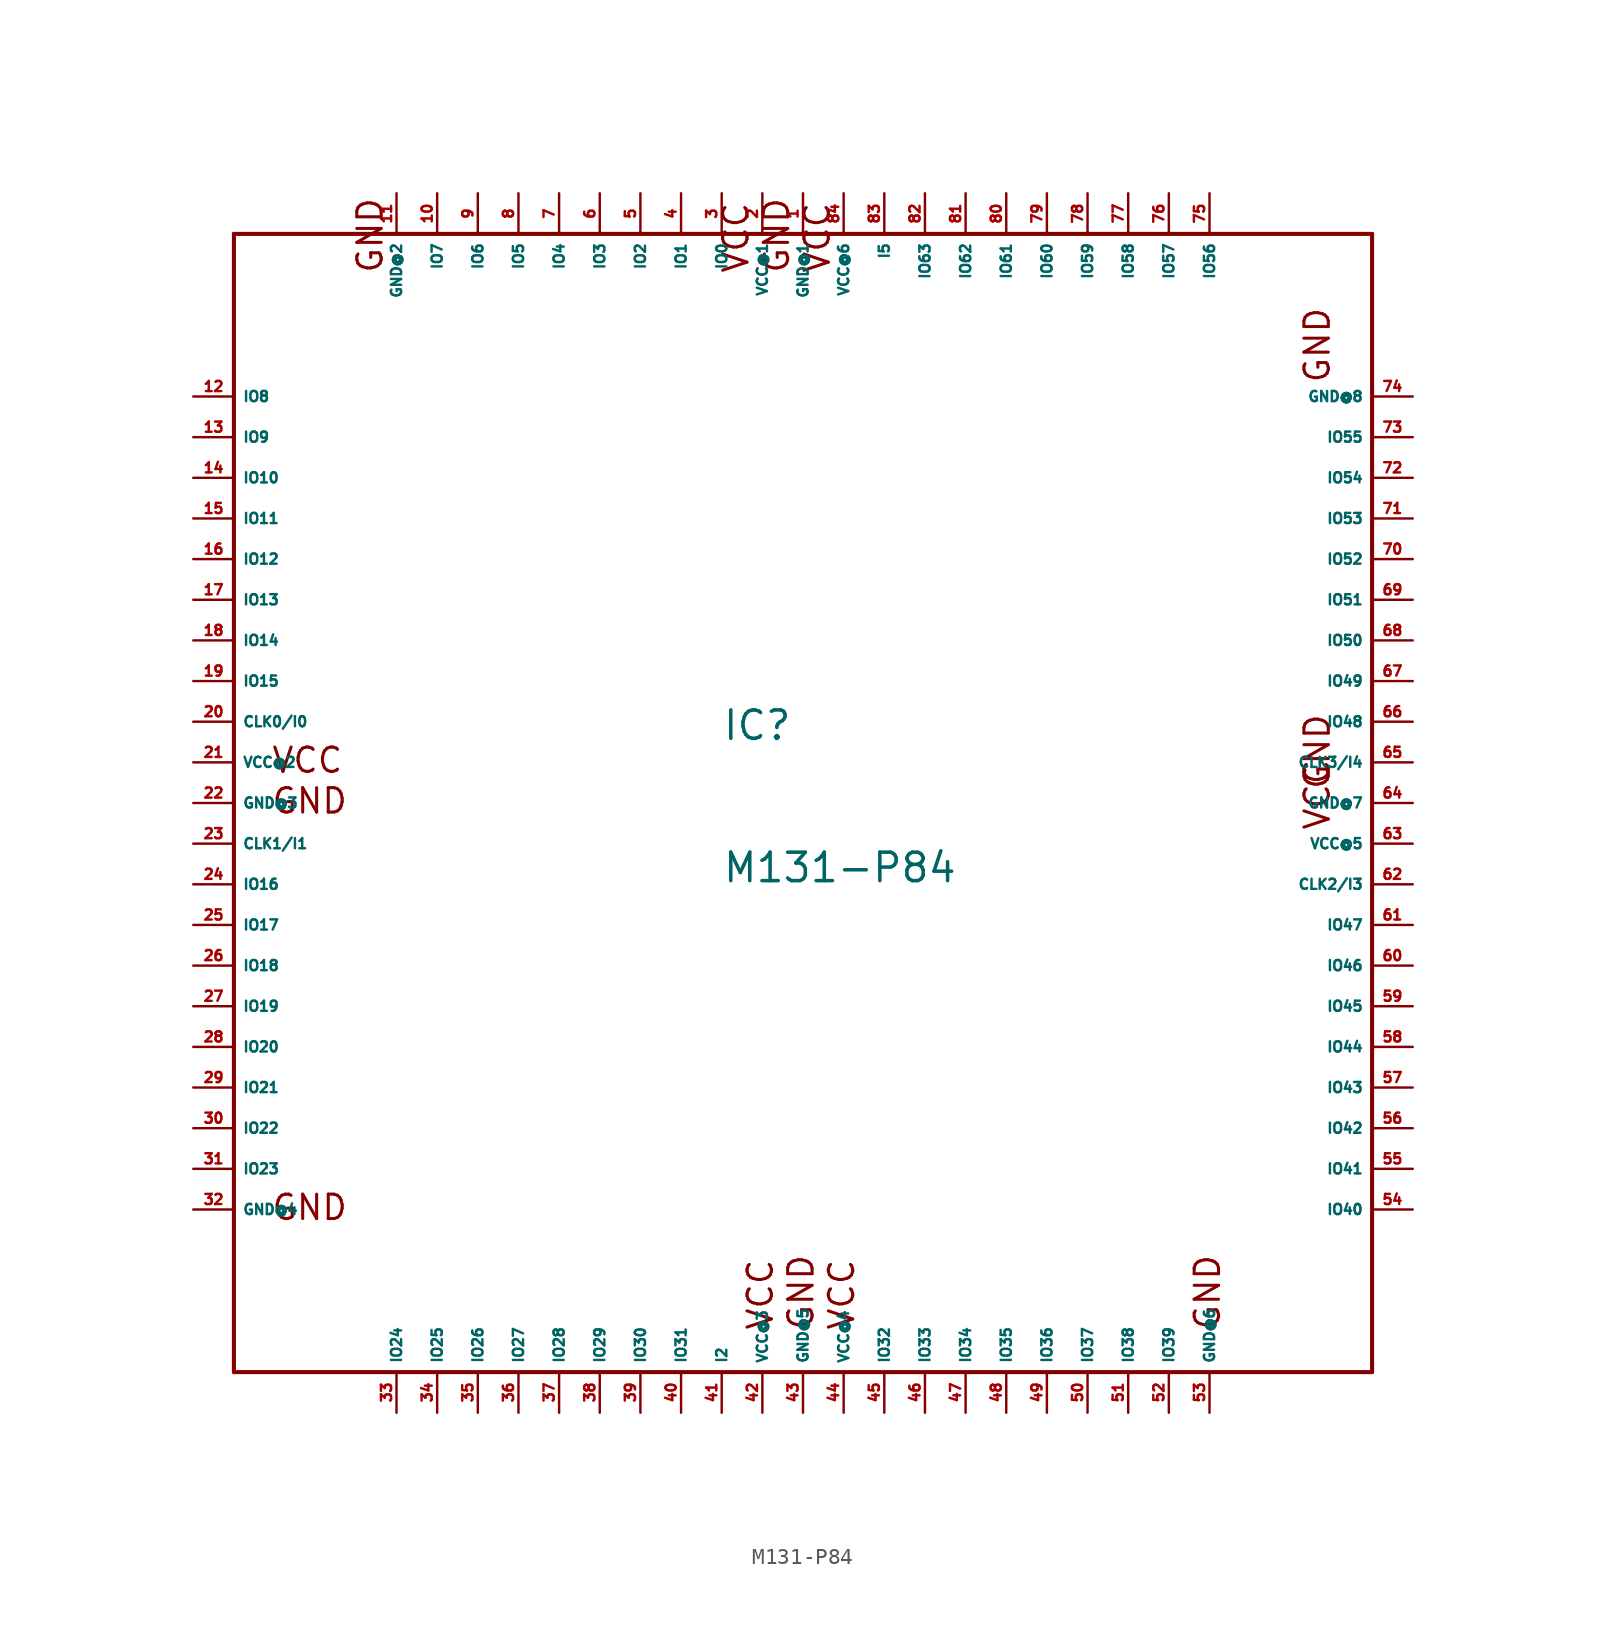
<source format=kicad_sym>
(kicad_symbol_lib
  (version 20220914)
  (generator Eagle2Kicad)
  (symbol "M131-P84"
    (property "Reference" "IC"
      (at -5.08 3.81 0)
      (effects (font (size 1.778 1.778) (thickness 0.22)) (justify left bottom)))
    (property "Value" "M131-P84"
      (at -5.08 -5.08 0)
      (effects (font (size 1.778 1.778) (thickness 0.22)) (justify left bottom)))
    (polyline
      (pts (xy -35.56 35.56) (xy -35.56 -35.56))
      (stroke (width 0.254) (type default))
      (fill (type none)))
    (polyline
      (pts (xy -35.56 -35.56) (xy 35.56 -35.56))
      (stroke (width 0.254) (type default))
      (fill (type none)))
    (polyline
      (pts (xy 35.56 -35.56) (xy 35.56 35.56))
      (stroke (width 0.254) (type default))
      (fill (type none)))
    (polyline
      (pts (xy 35.56 35.56) (xy -35.56 35.56))
      (stroke (width 0.254) (type default))
      (fill (type none)))
    (text "GND"
      (at -33.274 -0.762 0)
      (effects (font (size 1.524 1.524) (thickness 0.19)) (justify left bottom)))
    (text "GND"
      (at -33.274 -26.162 0)
      (effects (font (size 1.524 1.524) (thickness 0.19)) (justify left bottom)))
    (text "GND"
      (at 0.762 -33.02 900)
      (effects (font (size 1.524 1.524) (thickness 0.19)) (justify left bottom)))
    (text "GND"
      (at 26.162 -33.02 900)
      (effects (font (size 1.524 1.524) (thickness 0.19)) (justify left bottom)))
    (text "VCC"
      (at -1.778 -33.02 900)
      (effects (font (size 1.524 1.524) (thickness 0.19)) (justify left bottom)))
    (text "VCC"
      (at -33.274 1.778 0)
      (effects (font (size 1.524 1.524) (thickness 0.19)) (justify left bottom)))
    (text "VCC"
      (at 3.302 -33.02 900)
      (effects (font (size 1.524 1.524) (thickness 0.19)) (justify left bottom)))
    (text "GND"
      (at 33.02 0.762 1800)
      (effects (font (size 1.524 1.524) (thickness 0.19)) (justify left bottom)))
    (text "GND"
      (at 33.02 26.162 1800)
      (effects (font (size 1.524 1.524) (thickness 0.19)) (justify left bottom)))
    (text "GND"
      (at -0.762 33.02 2700)
      (effects (font (size 1.524 1.524) (thickness 0.19)) (justify left bottom)))
    (text "VCC"
      (at 33.02 -1.778 1800)
      (effects (font (size 1.524 1.524) (thickness 0.19)) (justify left bottom)))
    (text "GND"
      (at -26.162 33.02 2700)
      (effects (font (size 1.524 1.524) (thickness 0.19)) (justify left bottom)))
    (text "VCC"
      (at 1.778 33.02 2700)
      (effects (font (size 1.524 1.524) (thickness 0.19)) (justify left bottom)))
    (text "VCC"
      (at -3.302 33.02 2700)
      (effects (font (size 1.524 1.524) (thickness 0.19)) (justify left bottom)))
    (pin input line
      (at -38.1 5.08 0)
      (length 2.54)
      (name "CLK0/I0" (effects (font (size 0.635 0.635) (thickness 0.08)) (justify left bottom)))
      (number "20" (effects (font (size 0.635 0.635) (thickness 0.08)) (justify left bottom))))
    (pin input line
      (at -38.1 -2.54 0)
      (length 2.54)
      (name "CLK1/I1" (effects (font (size 0.635 0.635) (thickness 0.08)) (justify left bottom)))
      (number "23" (effects (font (size 0.635 0.635) (thickness 0.08)) (justify left bottom))))
    (pin bidirectional line
      (at -5.08 38.1 270)
      (length 2.54)
      (name "IO0" (effects (font (size 0.635 0.635) (thickness 0.08)) (justify left bottom)))
      (number "3" (effects (font (size 0.635 0.635) (thickness 0.08)) (justify left bottom))))
    (pin bidirectional line
      (at -7.62 38.1 270)
      (length 2.54)
      (name "IO1" (effects (font (size 0.635 0.635) (thickness 0.08)) (justify left bottom)))
      (number "4" (effects (font (size 0.635 0.635) (thickness 0.08)) (justify left bottom))))
    (pin bidirectional line
      (at -10.16 38.1 270)
      (length 2.54)
      (name "IO2" (effects (font (size 0.635 0.635) (thickness 0.08)) (justify left bottom)))
      (number "5" (effects (font (size 0.635 0.635) (thickness 0.08)) (justify left bottom))))
    (pin bidirectional line
      (at -12.7 38.1 270)
      (length 2.54)
      (name "IO3" (effects (font (size 0.635 0.635) (thickness 0.08)) (justify left bottom)))
      (number "6" (effects (font (size 0.635 0.635) (thickness 0.08)) (justify left bottom))))
    (pin bidirectional line
      (at -15.24 38.1 270)
      (length 2.54)
      (name "IO4" (effects (font (size 0.635 0.635) (thickness 0.08)) (justify left bottom)))
      (number "7" (effects (font (size 0.635 0.635) (thickness 0.08)) (justify left bottom))))
    (pin bidirectional line
      (at -17.78 38.1 270)
      (length 2.54)
      (name "IO5" (effects (font (size 0.635 0.635) (thickness 0.08)) (justify left bottom)))
      (number "8" (effects (font (size 0.635 0.635) (thickness 0.08)) (justify left bottom))))
    (pin bidirectional line
      (at -20.32 38.1 270)
      (length 2.54)
      (name "IO6" (effects (font (size 0.635 0.635) (thickness 0.08)) (justify left bottom)))
      (number "9" (effects (font (size 0.635 0.635) (thickness 0.08)) (justify left bottom))))
    (pin bidirectional line
      (at -22.86 38.1 270)
      (length 2.54)
      (name "IO7" (effects (font (size 0.635 0.635) (thickness 0.08)) (justify left bottom)))
      (number "10" (effects (font (size 0.635 0.635) (thickness 0.08)) (justify left bottom))))
    (pin bidirectional line
      (at -38.1 25.4 0)
      (length 2.54)
      (name "IO8" (effects (font (size 0.635 0.635) (thickness 0.08)) (justify left bottom)))
      (number "12" (effects (font (size 0.635 0.635) (thickness 0.08)) (justify left bottom))))
    (pin bidirectional line
      (at -38.1 22.86 0)
      (length 2.54)
      (name "IO9" (effects (font (size 0.635 0.635) (thickness 0.08)) (justify left bottom)))
      (number "13" (effects (font (size 0.635 0.635) (thickness 0.08)) (justify left bottom))))
    (pin bidirectional line
      (at -38.1 20.32 0)
      (length 2.54)
      (name "IO10" (effects (font (size 0.635 0.635) (thickness 0.08)) (justify left bottom)))
      (number "14" (effects (font (size 0.635 0.635) (thickness 0.08)) (justify left bottom))))
    (pin bidirectional line
      (at -38.1 17.78 0)
      (length 2.54)
      (name "IO11" (effects (font (size 0.635 0.635) (thickness 0.08)) (justify left bottom)))
      (number "15" (effects (font (size 0.635 0.635) (thickness 0.08)) (justify left bottom))))
    (pin bidirectional line
      (at -38.1 15.24 0)
      (length 2.54)
      (name "IO12" (effects (font (size 0.635 0.635) (thickness 0.08)) (justify left bottom)))
      (number "16" (effects (font (size 0.635 0.635) (thickness 0.08)) (justify left bottom))))
    (pin bidirectional line
      (at -38.1 12.7 0)
      (length 2.54)
      (name "IO13" (effects (font (size 0.635 0.635) (thickness 0.08)) (justify left bottom)))
      (number "17" (effects (font (size 0.635 0.635) (thickness 0.08)) (justify left bottom))))
    (pin bidirectional line
      (at -38.1 10.16 0)
      (length 2.54)
      (name "IO14" (effects (font (size 0.635 0.635) (thickness 0.08)) (justify left bottom)))
      (number "18" (effects (font (size 0.635 0.635) (thickness 0.08)) (justify left bottom))))
    (pin bidirectional line
      (at -38.1 7.62 0)
      (length 2.54)
      (name "IO15" (effects (font (size 0.635 0.635) (thickness 0.08)) (justify left bottom)))
      (number "19" (effects (font (size 0.635 0.635) (thickness 0.08)) (justify left bottom))))
    (pin bidirectional line
      (at -38.1 -5.08 0)
      (length 2.54)
      (name "IO16" (effects (font (size 0.635 0.635) (thickness 0.08)) (justify left bottom)))
      (number "24" (effects (font (size 0.635 0.635) (thickness 0.08)) (justify left bottom))))
    (pin bidirectional line
      (at -38.1 -7.62 0)
      (length 2.54)
      (name "IO17" (effects (font (size 0.635 0.635) (thickness 0.08)) (justify left bottom)))
      (number "25" (effects (font (size 0.635 0.635) (thickness 0.08)) (justify left bottom))))
    (pin bidirectional line
      (at -38.1 -10.16 0)
      (length 2.54)
      (name "IO18" (effects (font (size 0.635 0.635) (thickness 0.08)) (justify left bottom)))
      (number "26" (effects (font (size 0.635 0.635) (thickness 0.08)) (justify left bottom))))
    (pin bidirectional line
      (at -38.1 -12.7 0)
      (length 2.54)
      (name "IO19" (effects (font (size 0.635 0.635) (thickness 0.08)) (justify left bottom)))
      (number "27" (effects (font (size 0.635 0.635) (thickness 0.08)) (justify left bottom))))
    (pin bidirectional line
      (at -38.1 -15.24 0)
      (length 2.54)
      (name "IO20" (effects (font (size 0.635 0.635) (thickness 0.08)) (justify left bottom)))
      (number "28" (effects (font (size 0.635 0.635) (thickness 0.08)) (justify left bottom))))
    (pin bidirectional line
      (at -38.1 -17.78 0)
      (length 2.54)
      (name "IO21" (effects (font (size 0.635 0.635) (thickness 0.08)) (justify left bottom)))
      (number "29" (effects (font (size 0.635 0.635) (thickness 0.08)) (justify left bottom))))
    (pin bidirectional line
      (at -38.1 -20.32 0)
      (length 2.54)
      (name "IO22" (effects (font (size 0.635 0.635) (thickness 0.08)) (justify left bottom)))
      (number "30" (effects (font (size 0.635 0.635) (thickness 0.08)) (justify left bottom))))
    (pin bidirectional line
      (at -38.1 -22.86 0)
      (length 2.54)
      (name "IO23" (effects (font (size 0.635 0.635) (thickness 0.08)) (justify left bottom)))
      (number "31" (effects (font (size 0.635 0.635) (thickness 0.08)) (justify left bottom))))
    (pin bidirectional line
      (at -25.4 -38.1 90)
      (length 2.54)
      (name "IO24" (effects (font (size 0.635 0.635) (thickness 0.08)) (justify left bottom)))
      (number "33" (effects (font (size 0.635 0.635) (thickness 0.08)) (justify left bottom))))
    (pin bidirectional line
      (at -22.86 -38.1 90)
      (length 2.54)
      (name "IO25" (effects (font (size 0.635 0.635) (thickness 0.08)) (justify left bottom)))
      (number "34" (effects (font (size 0.635 0.635) (thickness 0.08)) (justify left bottom))))
    (pin bidirectional line
      (at -20.32 -38.1 90)
      (length 2.54)
      (name "IO26" (effects (font (size 0.635 0.635) (thickness 0.08)) (justify left bottom)))
      (number "35" (effects (font (size 0.635 0.635) (thickness 0.08)) (justify left bottom))))
    (pin bidirectional line
      (at -17.78 -38.1 90)
      (length 2.54)
      (name "IO27" (effects (font (size 0.635 0.635) (thickness 0.08)) (justify left bottom)))
      (number "36" (effects (font (size 0.635 0.635) (thickness 0.08)) (justify left bottom))))
    (pin bidirectional line
      (at -15.24 -38.1 90)
      (length 2.54)
      (name "IO28" (effects (font (size 0.635 0.635) (thickness 0.08)) (justify left bottom)))
      (number "37" (effects (font (size 0.635 0.635) (thickness 0.08)) (justify left bottom))))
    (pin bidirectional line
      (at -12.7 -38.1 90)
      (length 2.54)
      (name "IO29" (effects (font (size 0.635 0.635) (thickness 0.08)) (justify left bottom)))
      (number "38" (effects (font (size 0.635 0.635) (thickness 0.08)) (justify left bottom))))
    (pin bidirectional line
      (at -10.16 -38.1 90)
      (length 2.54)
      (name "IO30" (effects (font (size 0.635 0.635) (thickness 0.08)) (justify left bottom)))
      (number "39" (effects (font (size 0.635 0.635) (thickness 0.08)) (justify left bottom))))
    (pin bidirectional line
      (at -7.62 -38.1 90)
      (length 2.54)
      (name "IO31" (effects (font (size 0.635 0.635) (thickness 0.08)) (justify left bottom)))
      (number "40" (effects (font (size 0.635 0.635) (thickness 0.08)) (justify left bottom))))
    (pin unspecified line
      (at 0 38.1 270)
      (length 2.54)
      (name "GND@1" (effects (font (size 0.635 0.635) (thickness 0.08)) (justify left bottom)))
      (number "1" (effects (font (size 0.635 0.635) (thickness 0.08)) (justify left bottom))))
    (pin unspecified line
      (at -25.4 38.1 270)
      (length 2.54)
      (name "GND@2" (effects (font (size 0.635 0.635) (thickness 0.08)) (justify left bottom)))
      (number "11" (effects (font (size 0.635 0.635) (thickness 0.08)) (justify left bottom))))
    (pin unspecified line
      (at -38.1 0 0)
      (length 2.54)
      (name "GND@3" (effects (font (size 0.635 0.635) (thickness 0.08)) (justify left bottom)))
      (number "22" (effects (font (size 0.635 0.635) (thickness 0.08)) (justify left bottom))))
    (pin unspecified line
      (at -38.1 -25.4 0)
      (length 2.54)
      (name "GND@4" (effects (font (size 0.635 0.635) (thickness 0.08)) (justify left bottom)))
      (number "32" (effects (font (size 0.635 0.635) (thickness 0.08)) (justify left bottom))))
    (pin unspecified line
      (at -2.54 38.1 270)
      (length 2.54)
      (name "VCC@1" (effects (font (size 0.635 0.635) (thickness 0.08)) (justify left bottom)))
      (number "2" (effects (font (size 0.635 0.635) (thickness 0.08)) (justify left bottom))))
    (pin unspecified line
      (at -38.1 2.54 0)
      (length 2.54)
      (name "VCC@2" (effects (font (size 0.635 0.635) (thickness 0.08)) (justify left bottom)))
      (number "21" (effects (font (size 0.635 0.635) (thickness 0.08)) (justify left bottom))))
    (pin input line
      (at -5.08 -38.1 90)
      (length 2.54)
      (name "I2" (effects (font (size 0.635 0.635) (thickness 0.08)) (justify left bottom)))
      (number "41" (effects (font (size 0.635 0.635) (thickness 0.08)) (justify left bottom))))
    (pin bidirectional line
      (at 5.08 -38.1 90)
      (length 2.54)
      (name "IO32" (effects (font (size 0.635 0.635) (thickness 0.08)) (justify left bottom)))
      (number "45" (effects (font (size 0.635 0.635) (thickness 0.08)) (justify left bottom))))
    (pin bidirectional line
      (at 7.62 -38.1 90)
      (length 2.54)
      (name "IO33" (effects (font (size 0.635 0.635) (thickness 0.08)) (justify left bottom)))
      (number "46" (effects (font (size 0.635 0.635) (thickness 0.08)) (justify left bottom))))
    (pin bidirectional line
      (at 10.16 -38.1 90)
      (length 2.54)
      (name "IO34" (effects (font (size 0.635 0.635) (thickness 0.08)) (justify left bottom)))
      (number "47" (effects (font (size 0.635 0.635) (thickness 0.08)) (justify left bottom))))
    (pin bidirectional line
      (at 12.7 -38.1 90)
      (length 2.54)
      (name "IO35" (effects (font (size 0.635 0.635) (thickness 0.08)) (justify left bottom)))
      (number "48" (effects (font (size 0.635 0.635) (thickness 0.08)) (justify left bottom))))
    (pin input line
      (at 38.1 -5.08 180)
      (length 2.54)
      (name "CLK2/I3" (effects (font (size 0.635 0.635) (thickness 0.08)) (justify left bottom)))
      (number "62" (effects (font (size 0.635 0.635) (thickness 0.08)) (justify left bottom))))
    (pin unspecified line
      (at -2.54 -38.1 90)
      (length 2.54)
      (name "VCC@3" (effects (font (size 0.635 0.635) (thickness 0.08)) (justify left bottom)))
      (number "42" (effects (font (size 0.635 0.635) (thickness 0.08)) (justify left bottom))))
    (pin unspecified line
      (at 0 -38.1 90)
      (length 2.54)
      (name "GND@5" (effects (font (size 0.635 0.635) (thickness 0.08)) (justify left bottom)))
      (number "43" (effects (font (size 0.635 0.635) (thickness 0.08)) (justify left bottom))))
    (pin input line
      (at 38.1 2.54 180)
      (length 2.54)
      (name "CLK3/I4" (effects (font (size 0.635 0.635) (thickness 0.08)) (justify left bottom)))
      (number "65" (effects (font (size 0.635 0.635) (thickness 0.08)) (justify left bottom))))
    (pin bidirectional line
      (at 15.24 -38.1 90)
      (length 2.54)
      (name "IO36" (effects (font (size 0.635 0.635) (thickness 0.08)) (justify left bottom)))
      (number "49" (effects (font (size 0.635 0.635) (thickness 0.08)) (justify left bottom))))
    (pin bidirectional line
      (at 17.78 -38.1 90)
      (length 2.54)
      (name "IO37" (effects (font (size 0.635 0.635) (thickness 0.08)) (justify left bottom)))
      (number "50" (effects (font (size 0.635 0.635) (thickness 0.08)) (justify left bottom))))
    (pin bidirectional line
      (at 20.32 -38.1 90)
      (length 2.54)
      (name "IO38" (effects (font (size 0.635 0.635) (thickness 0.08)) (justify left bottom)))
      (number "51" (effects (font (size 0.635 0.635) (thickness 0.08)) (justify left bottom))))
    (pin bidirectional line
      (at 22.86 -38.1 90)
      (length 2.54)
      (name "IO39" (effects (font (size 0.635 0.635) (thickness 0.08)) (justify left bottom)))
      (number "52" (effects (font (size 0.635 0.635) (thickness 0.08)) (justify left bottom))))
    (pin bidirectional line
      (at 38.1 -25.4 180)
      (length 2.54)
      (name "IO40" (effects (font (size 0.635 0.635) (thickness 0.08)) (justify left bottom)))
      (number "54" (effects (font (size 0.635 0.635) (thickness 0.08)) (justify left bottom))))
    (pin bidirectional line
      (at 38.1 -22.86 180)
      (length 2.54)
      (name "IO41" (effects (font (size 0.635 0.635) (thickness 0.08)) (justify left bottom)))
      (number "55" (effects (font (size 0.635 0.635) (thickness 0.08)) (justify left bottom))))
    (pin unspecified line
      (at 25.4 -38.1 90)
      (length 2.54)
      (name "GND@6" (effects (font (size 0.635 0.635) (thickness 0.08)) (justify left bottom)))
      (number "53" (effects (font (size 0.635 0.635) (thickness 0.08)) (justify left bottom))))
    (pin bidirectional line
      (at 38.1 -20.32 180)
      (length 2.54)
      (name "IO42" (effects (font (size 0.635 0.635) (thickness 0.08)) (justify left bottom)))
      (number "56" (effects (font (size 0.635 0.635) (thickness 0.08)) (justify left bottom))))
    (pin bidirectional line
      (at 38.1 -17.78 180)
      (length 2.54)
      (name "IO43" (effects (font (size 0.635 0.635) (thickness 0.08)) (justify left bottom)))
      (number "57" (effects (font (size 0.635 0.635) (thickness 0.08)) (justify left bottom))))
    (pin bidirectional line
      (at 38.1 -15.24 180)
      (length 2.54)
      (name "IO44" (effects (font (size 0.635 0.635) (thickness 0.08)) (justify left bottom)))
      (number "58" (effects (font (size 0.635 0.635) (thickness 0.08)) (justify left bottom))))
    (pin bidirectional line
      (at 38.1 -12.7 180)
      (length 2.54)
      (name "IO45" (effects (font (size 0.635 0.635) (thickness 0.08)) (justify left bottom)))
      (number "59" (effects (font (size 0.635 0.635) (thickness 0.08)) (justify left bottom))))
    (pin bidirectional line
      (at 38.1 -10.16 180)
      (length 2.54)
      (name "IO46" (effects (font (size 0.635 0.635) (thickness 0.08)) (justify left bottom)))
      (number "60" (effects (font (size 0.635 0.635) (thickness 0.08)) (justify left bottom))))
    (pin bidirectional line
      (at 38.1 -7.62 180)
      (length 2.54)
      (name "IO47" (effects (font (size 0.635 0.635) (thickness 0.08)) (justify left bottom)))
      (number "61" (effects (font (size 0.635 0.635) (thickness 0.08)) (justify left bottom))))
    (pin unspecified line
      (at 38.1 0 180)
      (length 2.54)
      (name "GND@7" (effects (font (size 0.635 0.635) (thickness 0.08)) (justify left bottom)))
      (number "64" (effects (font (size 0.635 0.635) (thickness 0.08)) (justify left bottom))))
    (pin unspecified line
      (at 2.54 -38.1 90)
      (length 2.54)
      (name "VCC@4" (effects (font (size 0.635 0.635) (thickness 0.08)) (justify left bottom)))
      (number "44" (effects (font (size 0.635 0.635) (thickness 0.08)) (justify left bottom))))
    (pin unspecified line
      (at 38.1 25.4 180)
      (length 2.54)
      (name "GND@8" (effects (font (size 0.635 0.635) (thickness 0.08)) (justify left bottom)))
      (number "74" (effects (font (size 0.635 0.635) (thickness 0.08)) (justify left bottom))))
    (pin bidirectional line
      (at 38.1 5.08 180)
      (length 2.54)
      (name "IO48" (effects (font (size 0.635 0.635) (thickness 0.08)) (justify left bottom)))
      (number "66" (effects (font (size 0.635 0.635) (thickness 0.08)) (justify left bottom))))
    (pin bidirectional line
      (at 38.1 7.62 180)
      (length 2.54)
      (name "IO49" (effects (font (size 0.635 0.635) (thickness 0.08)) (justify left bottom)))
      (number "67" (effects (font (size 0.635 0.635) (thickness 0.08)) (justify left bottom))))
    (pin bidirectional line
      (at 38.1 10.16 180)
      (length 2.54)
      (name "IO50" (effects (font (size 0.635 0.635) (thickness 0.08)) (justify left bottom)))
      (number "68" (effects (font (size 0.635 0.635) (thickness 0.08)) (justify left bottom))))
    (pin bidirectional line
      (at 38.1 12.7 180)
      (length 2.54)
      (name "IO51" (effects (font (size 0.635 0.635) (thickness 0.08)) (justify left bottom)))
      (number "69" (effects (font (size 0.635 0.635) (thickness 0.08)) (justify left bottom))))
    (pin bidirectional line
      (at 38.1 15.24 180)
      (length 2.54)
      (name "IO52" (effects (font (size 0.635 0.635) (thickness 0.08)) (justify left bottom)))
      (number "70" (effects (font (size 0.635 0.635) (thickness 0.08)) (justify left bottom))))
    (pin bidirectional line
      (at 38.1 17.78 180)
      (length 2.54)
      (name "IO53" (effects (font (size 0.635 0.635) (thickness 0.08)) (justify left bottom)))
      (number "71" (effects (font (size 0.635 0.635) (thickness 0.08)) (justify left bottom))))
    (pin bidirectional line
      (at 38.1 20.32 180)
      (length 2.54)
      (name "IO54" (effects (font (size 0.635 0.635) (thickness 0.08)) (justify left bottom)))
      (number "72" (effects (font (size 0.635 0.635) (thickness 0.08)) (justify left bottom))))
    (pin bidirectional line
      (at 38.1 22.86 180)
      (length 2.54)
      (name "IO55" (effects (font (size 0.635 0.635) (thickness 0.08)) (justify left bottom)))
      (number "73" (effects (font (size 0.635 0.635) (thickness 0.08)) (justify left bottom))))
    (pin bidirectional line
      (at 25.4 38.1 270)
      (length 2.54)
      (name "IO56" (effects (font (size 0.635 0.635) (thickness 0.08)) (justify left bottom)))
      (number "75" (effects (font (size 0.635 0.635) (thickness 0.08)) (justify left bottom))))
    (pin bidirectional line
      (at 22.86 38.1 270)
      (length 2.54)
      (name "IO57" (effects (font (size 0.635 0.635) (thickness 0.08)) (justify left bottom)))
      (number "76" (effects (font (size 0.635 0.635) (thickness 0.08)) (justify left bottom))))
    (pin bidirectional line
      (at 20.32 38.1 270)
      (length 2.54)
      (name "IO58" (effects (font (size 0.635 0.635) (thickness 0.08)) (justify left bottom)))
      (number "77" (effects (font (size 0.635 0.635) (thickness 0.08)) (justify left bottom))))
    (pin bidirectional line
      (at 17.78 38.1 270)
      (length 2.54)
      (name "IO59" (effects (font (size 0.635 0.635) (thickness 0.08)) (justify left bottom)))
      (number "78" (effects (font (size 0.635 0.635) (thickness 0.08)) (justify left bottom))))
    (pin bidirectional line
      (at 15.24 38.1 270)
      (length 2.54)
      (name "IO60" (effects (font (size 0.635 0.635) (thickness 0.08)) (justify left bottom)))
      (number "79" (effects (font (size 0.635 0.635) (thickness 0.08)) (justify left bottom))))
    (pin bidirectional line
      (at 12.7 38.1 270)
      (length 2.54)
      (name "IO61" (effects (font (size 0.635 0.635) (thickness 0.08)) (justify left bottom)))
      (number "80" (effects (font (size 0.635 0.635) (thickness 0.08)) (justify left bottom))))
    (pin bidirectional line
      (at 10.16 38.1 270)
      (length 2.54)
      (name "IO62" (effects (font (size 0.635 0.635) (thickness 0.08)) (justify left bottom)))
      (number "81" (effects (font (size 0.635 0.635) (thickness 0.08)) (justify left bottom))))
    (pin bidirectional line
      (at 7.62 38.1 270)
      (length 2.54)
      (name "IO63" (effects (font (size 0.635 0.635) (thickness 0.08)) (justify left bottom)))
      (number "82" (effects (font (size 0.635 0.635) (thickness 0.08)) (justify left bottom))))
    (pin input line
      (at 5.08 38.1 270)
      (length 2.54)
      (name "I5" (effects (font (size 0.635 0.635) (thickness 0.08)) (justify left bottom)))
      (number "83" (effects (font (size 0.635 0.635) (thickness 0.08)) (justify left bottom))))
    (pin unspecified line
      (at 38.1 -2.54 180)
      (length 2.54)
      (name "VCC@5" (effects (font (size 0.635 0.635) (thickness 0.08)) (justify left bottom)))
      (number "63" (effects (font (size 0.635 0.635) (thickness 0.08)) (justify left bottom))))
    (pin unspecified line
      (at 2.54 38.1 270)
      (length 2.54)
      (name "VCC@6" (effects (font (size 0.635 0.635) (thickness 0.08)) (justify left bottom)))
      (number "84" (effects (font (size 0.635 0.635) (thickness 0.08)) (justify left bottom))))))
</source>
